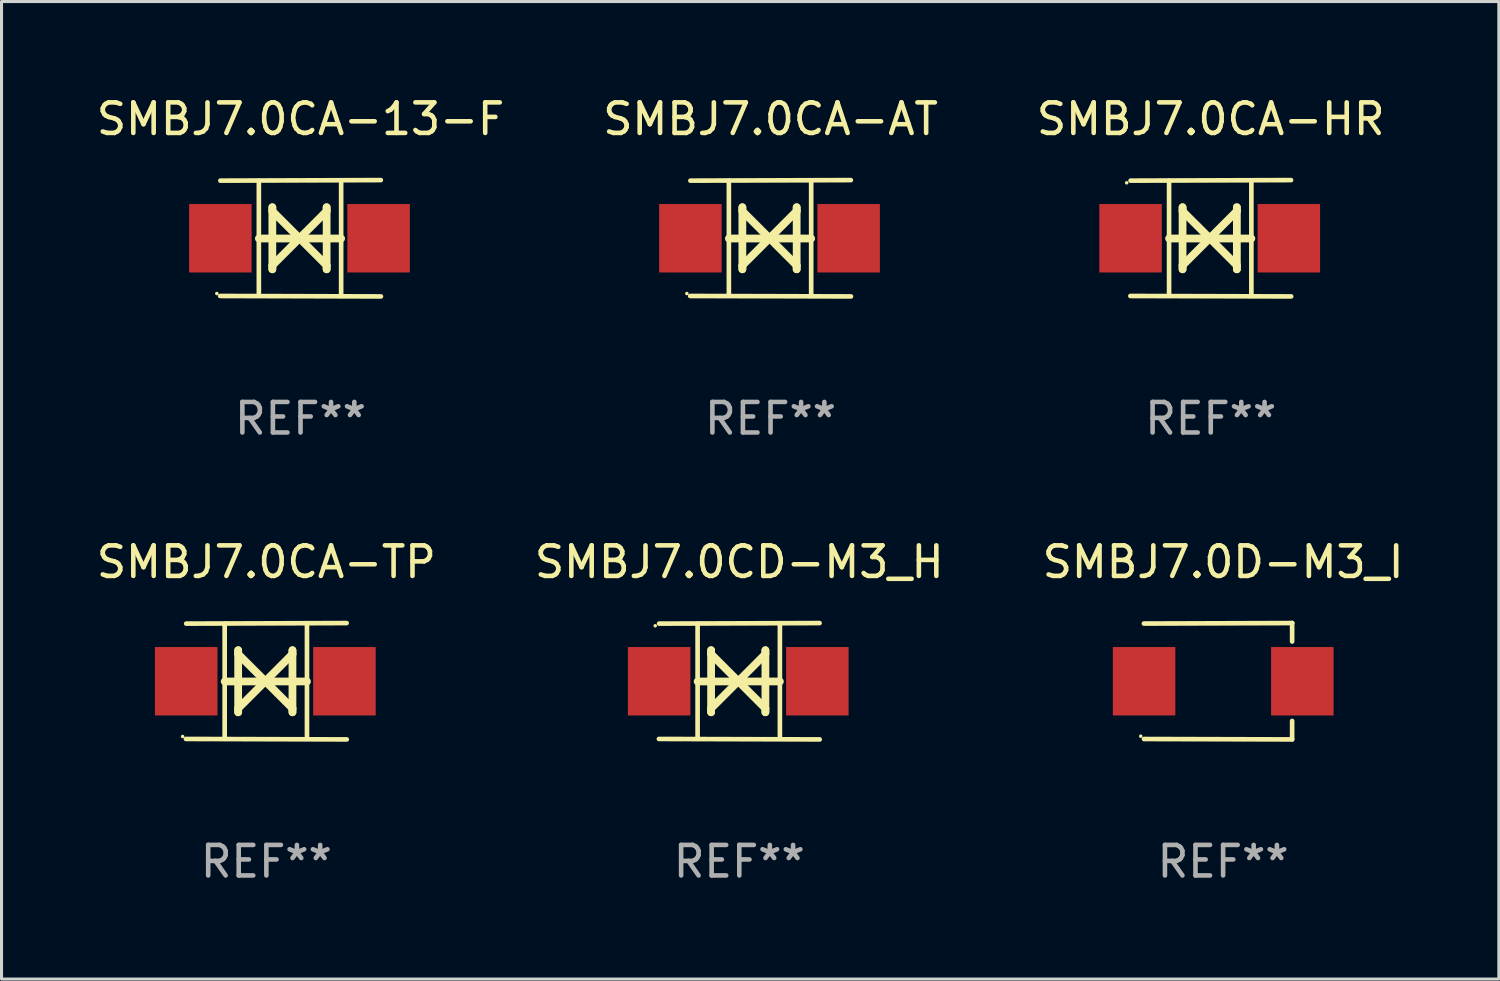
<source format=kicad_pcb>
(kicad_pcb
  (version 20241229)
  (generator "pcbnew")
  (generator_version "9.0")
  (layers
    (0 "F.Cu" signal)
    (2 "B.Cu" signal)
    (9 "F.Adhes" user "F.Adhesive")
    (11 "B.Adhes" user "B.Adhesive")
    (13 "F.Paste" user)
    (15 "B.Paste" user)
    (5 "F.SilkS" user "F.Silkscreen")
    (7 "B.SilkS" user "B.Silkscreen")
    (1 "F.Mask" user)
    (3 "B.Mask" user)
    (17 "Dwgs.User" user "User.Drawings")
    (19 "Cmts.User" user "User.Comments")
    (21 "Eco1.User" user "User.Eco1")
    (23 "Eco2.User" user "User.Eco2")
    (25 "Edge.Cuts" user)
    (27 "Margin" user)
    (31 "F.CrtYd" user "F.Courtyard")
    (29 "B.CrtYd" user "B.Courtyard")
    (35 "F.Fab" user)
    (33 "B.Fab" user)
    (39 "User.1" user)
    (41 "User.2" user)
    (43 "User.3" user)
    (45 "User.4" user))
  (footprint "SMBJ7.0CA-AT"
    (layer "F.Cu")
    (at 22.185 4.753)
    (property "Reference" "SMBJ7.0CA-AT" (at 0 -3.905 0) (layer "F.SilkS") (effects (font (size 1 1) (thickness 0.15))))
    (attr through_hole)
    (fp_line (start -1.365 1.886) (end -1.365 -1.886) (stroke (width 0.152) (type solid)) (layer "F.SilkS"))
    (fp_line (start -1.365 0.008) (end 1.33 0.008) (stroke (width 0.254) (type solid)) (layer "F.SilkS"))
    (fp_line (start -0.923 -1.016) (end -0.923 1.016) (stroke (width 0.254) (type solid)) (layer "F.SilkS"))
    (fp_line (start -0.923 -0.889) (end -0.923 -1.016) (stroke (width 0.254) (type solid)) (layer "F.SilkS"))
    (fp_line (start -0.923 0.889) (end -0.034 0) (stroke (width 0.254) (type solid)) (layer "F.SilkS"))
    (fp_line (start -0.923 1.016) (end -0.923 0.889) (stroke (width 0.254) (type solid)) (layer "F.SilkS"))
    (fp_line (start -0.034 0) (end -0.923 -0.889) (stroke (width 0.254) (type solid)) (layer "F.SilkS"))
    (fp_line (start -0.034 0) (end 0.855 0.889) (stroke (width 0.254) (type solid)) (layer "F.SilkS"))
    (fp_line (start 0.855 -1.016) (end 0.855 -0.889) (stroke (width 0.254) (type solid)) (layer "F.SilkS"))
    (fp_line (start 0.855 -0.889) (end -0.034 0) (stroke (width 0.254) (type solid)) (layer "F.SilkS"))
    (fp_line (start 0.855 0.889) (end 0.855 1.016) (stroke (width 0.254) (type solid)) (layer "F.SilkS"))
    (fp_line (start 0.855 1.016) (end 0.855 -1.016) (stroke (width 0.254) (type solid)) (layer "F.SilkS"))
    (fp_line (start 1.33 1.886) (end 1.33 -1.886) (stroke (width 0.152) (type solid)) (layer "F.SilkS"))
    (fp_line (start 2.629 -1.905) (end -2.625 -1.887) (stroke (width 0.152) (type solid)) (layer "F.SilkS"))
    (fp_line (start 2.633 1.905) (end -2.633 1.89) (stroke (width 0.152) (type solid)) (layer "F.SilkS"))
    (fp_circle (center -2.741 1.81) (end -2.711 1.81) (stroke (width 0.06) (type solid)) (fill no) (layer "F.SilkS"))
    (fp_text user "REF**" (at 0 5.905 0) (layer "F.Fab") (effects (font (size 1 1) (thickness 0.15))))
    (pad "1" smd rect (at -2.625 0) (size 2.047 2.241) (layers "F.Cu" "F.Mask" "F.Paste"))
    (pad "2" smd rect (at 2.557 0) (size 2.047 2.241) (layers "F.Cu" "F.Mask" "F.Paste")))
  (footprint "SMBJ7.0CA-TP"
    (layer "F.Cu")
    (at 5.673 19.26)
    (property "Reference" "SMBJ7.0CA-TP" (at 0 -3.905 0) (layer "F.SilkS") (effects (font (size 1 1) (thickness 0.15))))
    (attr through_hole)
    (fp_line (start -1.365 1.886) (end -1.365 -1.886) (stroke (width 0.152) (type solid)) (layer "F.SilkS"))
    (fp_line (start -1.365 0.008) (end 1.33 0.008) (stroke (width 0.254) (type solid)) (layer "F.SilkS"))
    (fp_line (start -0.923 -1.016) (end -0.923 1.016) (stroke (width 0.254) (type solid)) (layer "F.SilkS"))
    (fp_line (start -0.923 -0.889) (end -0.923 -1.016) (stroke (width 0.254) (type solid)) (layer "F.SilkS"))
    (fp_line (start -0.923 0.889) (end -0.034 0) (stroke (width 0.254) (type solid)) (layer "F.SilkS"))
    (fp_line (start -0.923 1.016) (end -0.923 0.889) (stroke (width 0.254) (type solid)) (layer "F.SilkS"))
    (fp_line (start -0.034 0) (end -0.923 -0.889) (stroke (width 0.254) (type solid)) (layer "F.SilkS"))
    (fp_line (start -0.034 0) (end 0.855 0.889) (stroke (width 0.254) (type solid)) (layer "F.SilkS"))
    (fp_line (start 0.855 -1.016) (end 0.855 -0.889) (stroke (width 0.254) (type solid)) (layer "F.SilkS"))
    (fp_line (start 0.855 -0.889) (end -0.034 0) (stroke (width 0.254) (type solid)) (layer "F.SilkS"))
    (fp_line (start 0.855 0.889) (end 0.855 1.016) (stroke (width 0.254) (type solid)) (layer "F.SilkS"))
    (fp_line (start 0.855 1.016) (end 0.855 -1.016) (stroke (width 0.254) (type solid)) (layer "F.SilkS"))
    (fp_line (start 1.33 1.886) (end 1.33 -1.886) (stroke (width 0.152) (type solid)) (layer "F.SilkS"))
    (fp_line (start 2.629 -1.905) (end -2.625 -1.887) (stroke (width 0.152) (type solid)) (layer "F.SilkS"))
    (fp_line (start 2.633 1.905) (end -2.633 1.89) (stroke (width 0.152) (type solid)) (layer "F.SilkS"))
    (fp_circle (center -2.741 1.81) (end -2.711 1.81) (stroke (width 0.06) (type solid)) (fill no) (layer "F.SilkS"))
    (fp_text user "REF**" (at 0 5.905 0) (layer "F.Fab") (effects (font (size 1 1) (thickness 0.15))))
    (pad "1" smd rect (at -2.625 0) (size 2.047 2.241) (layers "F.Cu" "F.Mask" "F.Paste"))
    (pad "2" smd rect (at 2.557 0) (size 2.047 2.241) (layers "F.Cu" "F.Mask" "F.Paste")))
  (footprint "SMBJ7.0CA-13-F"
    (layer "F.Cu")
    (at 6.792 4.753)
    (property "Reference" "SMBJ7.0CA-13-F" (at 0 -3.905 0) (layer "F.SilkS") (effects (font (size 1 1) (thickness 0.15))))
    (attr through_hole)
    (fp_line (start -1.365 1.886) (end -1.365 -1.886) (stroke (width 0.152) (type solid)) (layer "F.SilkS"))
    (fp_line (start -1.365 0.008) (end 1.33 0.008) (stroke (width 0.254) (type solid)) (layer "F.SilkS"))
    (fp_line (start -0.923 -1.016) (end -0.923 1.016) (stroke (width 0.254) (type solid)) (layer "F.SilkS"))
    (fp_line (start -0.923 -0.889) (end -0.923 -1.016) (stroke (width 0.254) (type solid)) (layer "F.SilkS"))
    (fp_line (start -0.923 0.889) (end -0.034 0) (stroke (width 0.254) (type solid)) (layer "F.SilkS"))
    (fp_line (start -0.923 1.016) (end -0.923 0.889) (stroke (width 0.254) (type solid)) (layer "F.SilkS"))
    (fp_line (start -0.034 0) (end -0.923 -0.889) (stroke (width 0.254) (type solid)) (layer "F.SilkS"))
    (fp_line (start -0.034 0) (end 0.855 0.889) (stroke (width 0.254) (type solid)) (layer "F.SilkS"))
    (fp_line (start 0.855 -1.016) (end 0.855 -0.889) (stroke (width 0.254) (type solid)) (layer "F.SilkS"))
    (fp_line (start 0.855 -0.889) (end -0.034 0) (stroke (width 0.254) (type solid)) (layer "F.SilkS"))
    (fp_line (start 0.855 0.889) (end 0.855 1.016) (stroke (width 0.254) (type solid)) (layer "F.SilkS"))
    (fp_line (start 0.855 1.016) (end 0.855 -1.016) (stroke (width 0.254) (type solid)) (layer "F.SilkS"))
    (fp_line (start 1.33 1.886) (end 1.33 -1.886) (stroke (width 0.152) (type solid)) (layer "F.SilkS"))
    (fp_line (start 2.629 -1.905) (end -2.625 -1.887) (stroke (width 0.152) (type solid)) (layer "F.SilkS"))
    (fp_line (start 2.633 1.905) (end -2.633 1.89) (stroke (width 0.152) (type solid)) (layer "F.SilkS"))
    (fp_circle (center -2.741 1.81) (end -2.711 1.81) (stroke (width 0.06) (type solid)) (fill no) (layer "F.SilkS"))
    (fp_text user "REF**" (at 0 5.905 0) (layer "F.Fab") (effects (font (size 1 1) (thickness 0.15))))
    (pad "1" smd rect (at -2.625 0) (size 2.047 2.241) (layers "F.Cu" "F.Mask" "F.Paste"))
    (pad "2" smd rect (at 2.557 0) (size 2.047 2.241) (layers "F.Cu" "F.Mask" "F.Paste")))
  (footprint "SMBJ7.0CA-HR"
    (layer "F.Cu")
    (at 36.601 4.753)
    (property "Reference" "SMBJ7.0CA-HR" (at 0 -3.905 0) (layer "F.SilkS") (effects (font (size 1 1) (thickness 0.15))))
    (attr through_hole)
    (fp_line (start -1.365 1.886) (end -1.365 -1.886) (stroke (width 0.152) (type solid)) (layer "F.SilkS"))
    (fp_line (start -1.365 0.008) (end 1.33 0.008) (stroke (width 0.254) (type solid)) (layer "F.SilkS"))
    (fp_line (start -0.923 -1.016) (end -0.923 1.016) (stroke (width 0.254) (type solid)) (layer "F.SilkS"))
    (fp_line (start -0.923 -0.889) (end -0.923 -1.016) (stroke (width 0.254) (type solid)) (layer "F.SilkS"))
    (fp_line (start -0.923 0.889) (end -0.034 0) (stroke (width 0.254) (type solid)) (layer "F.SilkS"))
    (fp_line (start -0.923 1.016) (end -0.923 0.889) (stroke (width 0.254) (type solid)) (layer "F.SilkS"))
    (fp_line (start -0.034 0) (end -0.923 -0.889) (stroke (width 0.254) (type solid)) (layer "F.SilkS"))
    (fp_line (start -0.034 0) (end 0.855 0.889) (stroke (width 0.254) (type solid)) (layer "F.SilkS"))
    (fp_line (start 0.855 -1.016) (end 0.855 -0.889) (stroke (width 0.254) (type solid)) (layer "F.SilkS"))
    (fp_line (start 0.855 -0.889) (end -0.034 0) (stroke (width 0.254) (type solid)) (layer "F.SilkS"))
    (fp_line (start 0.855 0.889) (end 0.855 1.016) (stroke (width 0.254) (type solid)) (layer "F.SilkS"))
    (fp_line (start 0.855 1.016) (end 0.855 -1.016) (stroke (width 0.254) (type solid)) (layer "F.SilkS"))
    (fp_line (start 1.33 1.886) (end 1.33 -1.886) (stroke (width 0.152) (type solid)) (layer "F.SilkS"))
    (fp_line (start 2.629 -1.905) (end -2.625 -1.887) (stroke (width 0.152) (type solid)) (layer "F.SilkS"))
    (fp_line (start 2.633 1.905) (end -2.633 1.89) (stroke (width 0.152) (type solid)) (layer "F.SilkS"))
    (fp_circle (center -2.753 -1.816) (end -2.723 -1.816) (stroke (width 0.06) (type solid)) (fill no) (layer "F.SilkS"))
    (fp_text user "REF**" (at 0 5.905 0) (layer "F.Fab") (effects (font (size 1 1) (thickness 0.15))))
    (pad "1" smd rect (at -2.625 0) (size 2.047 2.241) (layers "F.Cu" "F.Mask" "F.Paste"))
    (pad "2" smd rect (at 2.557 0) (size 2.047 2.241) (layers "F.Cu" "F.Mask" "F.Paste")))
  (footprint "SMBJ7.0D-M3_I"
    (layer "F.Cu")
    (at 37.006 19.26)
    (property "Reference" "SMBJ7.0D-M3_I" (at 0 -3.905 0) (layer "F.SilkS") (effects (font (size 1 1) (thickness 0.15))))
    (attr through_hole)
    (fp_line (start 2.256 -1.905) (end -2.594 -1.889) (stroke (width 0.152) (type solid)) (layer "F.SilkS"))
    (fp_line (start 2.256 -1.905) (end 2.26 -1.905) (stroke (width 0.152) (type solid)) (layer "F.SilkS"))
    (fp_line (start 2.26 -1.905) (end 2.26 -1.301) (stroke (width 0.152) (type solid)) (layer "F.SilkS"))
    (fp_line (start 2.26 1.301) (end 2.26 1.905) (stroke (width 0.152) (type solid)) (layer "F.SilkS"))
    (fp_line (start 2.26 1.905) (end -2.59 1.892) (stroke (width 0.152) (type solid)) (layer "F.SilkS"))
    (fp_circle (center -2.697 1.8) (end -2.667 1.8) (stroke (width 0.06) (type solid)) (fill no) (layer "F.SilkS"))
    (fp_text user "REF**" (at 0 5.905 0) (layer "F.Fab") (effects (font (size 1 1) (thickness 0.15))))
    (pad "1" smd rect (at -2.588 0) (size 2.047 2.241) (layers "F.Cu" "F.Mask" "F.Paste"))
    (pad "2" smd rect (at 2.594 0) (size 2.047 2.241) (layers "F.Cu" "F.Mask" "F.Paste")))
  (footprint "SMBJ7.0CD-M3_H"
    (layer "F.Cu")
    (at 21.161 19.26)
    (property "Reference" "SMBJ7.0CD-M3_H" (at 0 -3.905 0) (layer "F.SilkS") (effects (font (size 1 1) (thickness 0.15))))
    (attr through_hole)
    (fp_line (start -1.365 1.886) (end -1.365 -1.886) (stroke (width 0.152) (type solid)) (layer "F.SilkS"))
    (fp_line (start -1.365 0.008) (end 1.33 0.008) (stroke (width 0.254) (type solid)) (layer "F.SilkS"))
    (fp_line (start -0.923 -1.016) (end -0.923 1.016) (stroke (width 0.254) (type solid)) (layer "F.SilkS"))
    (fp_line (start -0.923 -0.889) (end -0.923 -1.016) (stroke (width 0.254) (type solid)) (layer "F.SilkS"))
    (fp_line (start -0.923 0.889) (end -0.034 0) (stroke (width 0.254) (type solid)) (layer "F.SilkS"))
    (fp_line (start -0.923 1.016) (end -0.923 0.889) (stroke (width 0.254) (type solid)) (layer "F.SilkS"))
    (fp_line (start -0.034 0) (end -0.923 -0.889) (stroke (width 0.254) (type solid)) (layer "F.SilkS"))
    (fp_line (start -0.034 0) (end 0.855 0.889) (stroke (width 0.254) (type solid)) (layer "F.SilkS"))
    (fp_line (start 0.855 -1.016) (end 0.855 -0.889) (stroke (width 0.254) (type solid)) (layer "F.SilkS"))
    (fp_line (start 0.855 -0.889) (end -0.034 0) (stroke (width 0.254) (type solid)) (layer "F.SilkS"))
    (fp_line (start 0.855 0.889) (end 0.855 1.016) (stroke (width 0.254) (type solid)) (layer "F.SilkS"))
    (fp_line (start 0.855 1.016) (end 0.855 -1.016) (stroke (width 0.254) (type solid)) (layer "F.SilkS"))
    (fp_line (start 1.33 1.886) (end 1.33 -1.886) (stroke (width 0.152) (type solid)) (layer "F.SilkS"))
    (fp_line (start 2.629 -1.905) (end -2.625 -1.887) (stroke (width 0.152) (type solid)) (layer "F.SilkS"))
    (fp_line (start 2.633 1.905) (end -2.633 1.89) (stroke (width 0.152) (type solid)) (layer "F.SilkS"))
    (fp_circle (center -2.753 -1.816) (end -2.723 -1.816) (stroke (width 0.06) (type solid)) (fill no) (layer "F.SilkS"))
    (fp_text user "REF**" (at 0 5.905 0) (layer "F.Fab") (effects (font (size 1 1) (thickness 0.15))))
    (pad "1" smd rect (at -2.625 0) (size 2.047 2.241) (layers "F.Cu" "F.Mask" "F.Paste"))
    (pad "2" smd rect (at 2.557 0) (size 2.047 2.241) (layers "F.Cu" "F.Mask" "F.Paste")))
  (gr_rect
    (start -3 -3)
    (end 46.036 29.013)
    (stroke (width 0.1) (type default))
    (fill no)
    (layer "Edge.Cuts")))
</source>
